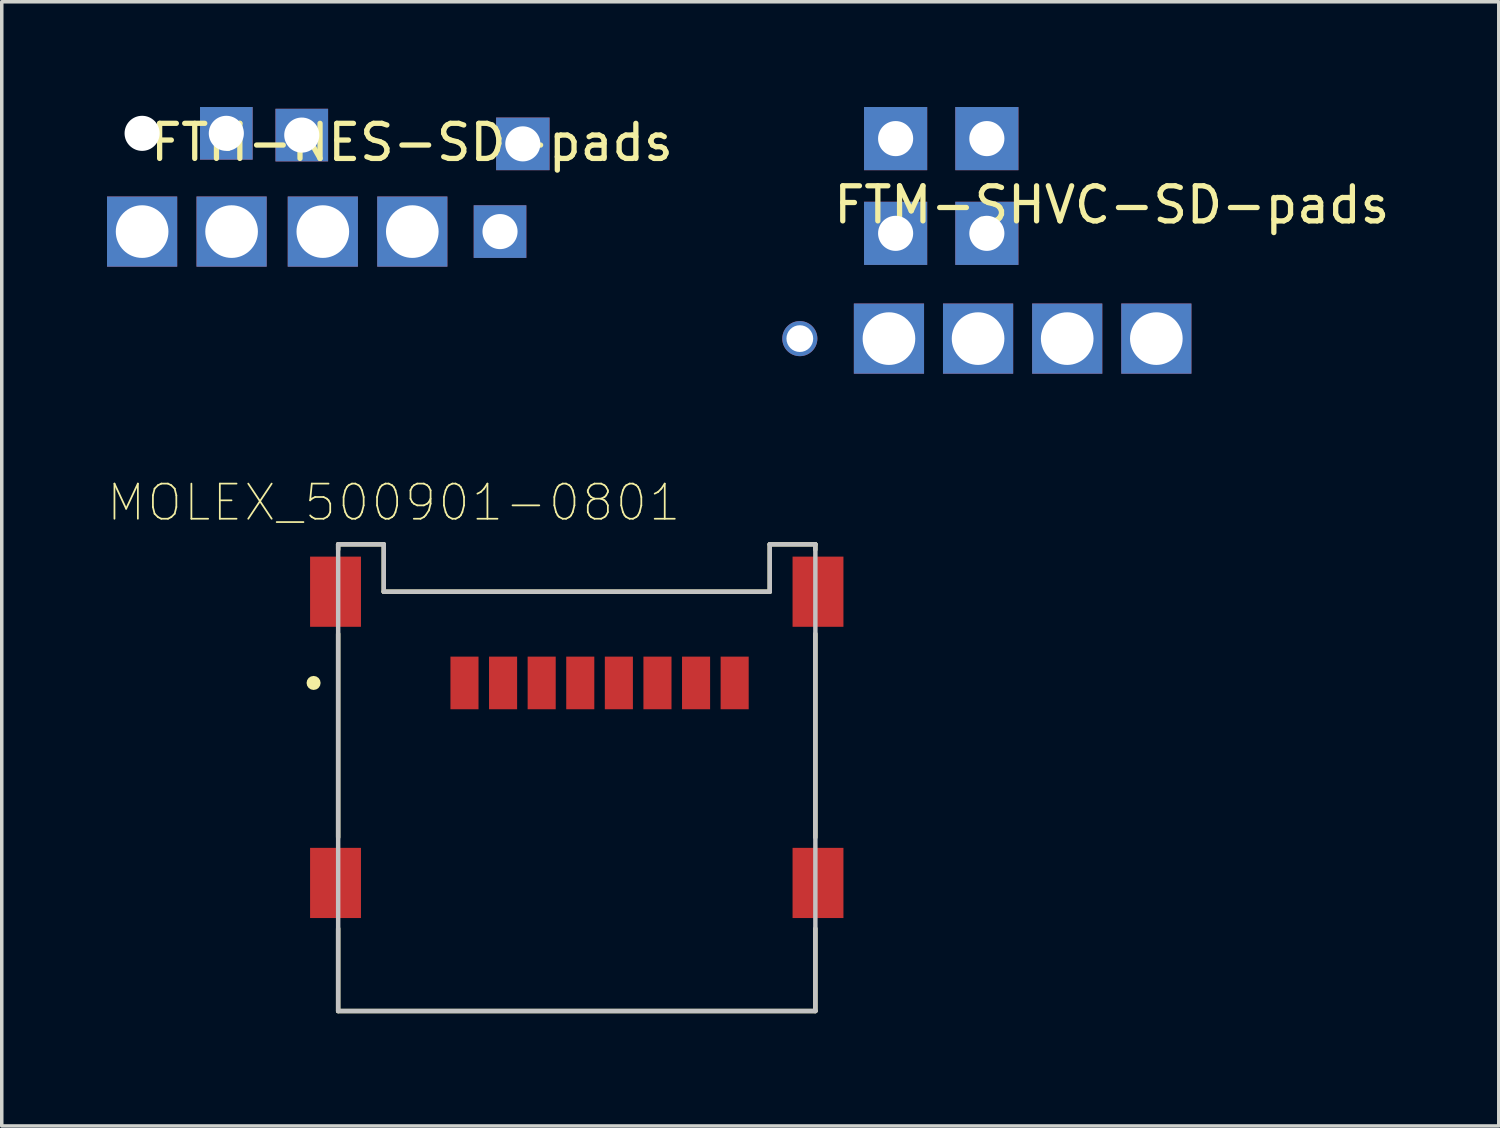
<source format=kicad_pcb>
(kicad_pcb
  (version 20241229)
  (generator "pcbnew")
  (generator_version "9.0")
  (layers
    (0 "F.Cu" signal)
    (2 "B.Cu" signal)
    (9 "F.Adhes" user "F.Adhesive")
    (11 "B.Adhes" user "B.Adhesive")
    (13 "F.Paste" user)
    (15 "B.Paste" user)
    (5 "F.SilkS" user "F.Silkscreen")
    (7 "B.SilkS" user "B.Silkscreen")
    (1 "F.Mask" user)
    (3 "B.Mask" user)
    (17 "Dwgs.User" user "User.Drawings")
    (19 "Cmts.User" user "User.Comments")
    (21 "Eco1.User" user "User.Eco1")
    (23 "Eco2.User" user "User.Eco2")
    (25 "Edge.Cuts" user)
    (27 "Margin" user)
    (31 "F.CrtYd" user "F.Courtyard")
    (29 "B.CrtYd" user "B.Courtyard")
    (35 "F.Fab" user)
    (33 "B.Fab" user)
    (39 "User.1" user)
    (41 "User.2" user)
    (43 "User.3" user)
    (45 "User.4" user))
  (footprint "MOLEX_500901-0801"
    (layer "F.Cu")
    (at 13.387 16.413)
    (property "Reference" "MOLEX_500901-0801" (at -5.215 -5.14 0) (layer "F.SilkS") (effects (font (size 1.001 1.001) (thickness 0.05))))
    (attr smd)
    (fp_line (start -6.8 -3.95) (end -5.5 -3.95) (stroke (width 0.127) (type solid)) (layer "F.SilkS"))
    (fp_line (start -6.8 -3.8) (end -6.8 -3.95) (stroke (width 0.127) (type solid)) (layer "F.SilkS"))
    (fp_line (start -6.8 -1.4) (end -6.8 4.4) (stroke (width 0.127) (type solid)) (layer "F.SilkS"))
    (fp_line (start -6.8 7) (end -6.8 9.35) (stroke (width 0.127) (type solid)) (layer "F.SilkS"))
    (fp_line (start -6.8 9.35) (end 6.8 9.35) (stroke (width 0.127) (type solid)) (layer "F.SilkS"))
    (fp_line (start -5.5 -3.95) (end -5.5 -2.6) (stroke (width 0.127) (type solid)) (layer "F.SilkS"))
    (fp_line (start -5.5 -2.6) (end 5.5 -2.6) (stroke (width 0.127) (type solid)) (layer "F.SilkS"))
    (fp_line (start 5.5 -3.95) (end 6.8 -3.95) (stroke (width 0.127) (type solid)) (layer "F.SilkS"))
    (fp_line (start 5.5 -2.6) (end 5.5 -3.95) (stroke (width 0.127) (type solid)) (layer "F.SilkS"))
    (fp_line (start 6.8 -3.95) (end 6.8 -3.8) (stroke (width 0.127) (type solid)) (layer "F.SilkS"))
    (fp_line (start 6.8 4.4) (end 6.8 -1.4) (stroke (width 0.127) (type solid)) (layer "F.SilkS"))
    (fp_line (start 6.8 9.35) (end 6.8 7) (stroke (width 0.127) (type solid)) (layer "F.SilkS"))
    (fp_circle (center -7.5 0) (end -7.4 0) (stroke (width 0.2) (type solid)) (fill no) (layer "F.SilkS"))
    (fp_line (start -6.8 -3.95) (end -5.5 -3.95) (stroke (width 0.127) (type solid)) (layer "Dwgs.User"))
    (fp_line (start -6.8 9.35) (end -6.8 -3.95) (stroke (width 0.127) (type solid)) (layer "Dwgs.User"))
    (fp_line (start -5.5 -3.95) (end -5.5 -2.6) (stroke (width 0.127) (type solid)) (layer "Dwgs.User"))
    (fp_line (start -5.5 -2.6) (end 5.5 -2.6) (stroke (width 0.127) (type solid)) (layer "Dwgs.User"))
    (fp_line (start 5.5 -3.95) (end 6.8 -3.95) (stroke (width 0.127) (type solid)) (layer "Dwgs.User"))
    (fp_line (start 5.5 -2.6) (end 5.5 -3.95) (stroke (width 0.127) (type solid)) (layer "Dwgs.User"))
    (fp_line (start 6.8 -3.95) (end 6.8 9.35) (stroke (width 0.127) (type solid)) (layer "Dwgs.User"))
    (fp_line (start 6.8 9.35) (end -6.8 9.35) (stroke (width 0.127) (type solid)) (layer "Dwgs.User"))
    (fp_line (start -7.85 -3.85) (end -7.05 -3.85) (stroke (width 0.05) (type solid)) (layer "Eco1.User"))
    (fp_line (start -7.85 -1.35) (end -7.85 -3.85) (stroke (width 0.05) (type solid)) (layer "Eco1.User"))
    (fp_line (start -7.85 4.45) (end -7.05 4.45) (stroke (width 0.05) (type solid)) (layer "Eco1.User"))
    (fp_line (start -7.85 6.95) (end -7.85 4.45) (stroke (width 0.05) (type solid)) (layer "Eco1.User"))
    (fp_line (start -7.05 -4.25) (end -5.25 -4.25) (stroke (width 0.05) (type solid)) (layer "Eco1.User"))
    (fp_line (start -7.05 -3.85) (end -7.05 -4.25) (stroke (width 0.05) (type solid)) (layer "Eco1.User"))
    (fp_line (start -7.05 -1.35) (end -7.85 -1.35) (stroke (width 0.05) (type solid)) (layer "Eco1.User"))
    (fp_line (start -7.05 4.45) (end -7.05 -1.35) (stroke (width 0.05) (type solid)) (layer "Eco1.User"))
    (fp_line (start -7.05 6.95) (end -7.85 6.95) (stroke (width 0.05) (type solid)) (layer "Eco1.User"))
    (fp_line (start -7.05 9.6) (end -7.05 6.95) (stroke (width 0.05) (type solid)) (layer "Eco1.User"))
    (fp_line (start -5.25 -4.25) (end -5.25 -2.85) (stroke (width 0.05) (type solid)) (layer "Eco1.User"))
    (fp_line (start -5.25 -2.85) (end 5.25 -2.85) (stroke (width 0.05) (type solid)) (layer "Eco1.User"))
    (fp_line (start 5.25 -4.25) (end 7.05 -4.25) (stroke (width 0.05) (type solid)) (layer "Eco1.User"))
    (fp_line (start 5.25 -2.85) (end 5.25 -4.25) (stroke (width 0.05) (type solid)) (layer "Eco1.User"))
    (fp_line (start 7.05 -4.25) (end 7.05 -3.85) (stroke (width 0.05) (type solid)) (layer "Eco1.User"))
    (fp_line (start 7.05 -3.85) (end 7.85 -3.85) (stroke (width 0.05) (type solid)) (layer "Eco1.User"))
    (fp_line (start 7.05 -1.35) (end 7.05 4.45) (stroke (width 0.05) (type solid)) (layer "Eco1.User"))
    (fp_line (start 7.05 4.45) (end 7.85 4.45) (stroke (width 0.05) (type solid)) (layer "Eco1.User"))
    (fp_line (start 7.05 6.95) (end 7.05 9.6) (stroke (width 0.05) (type solid)) (layer "Eco1.User"))
    (fp_line (start 7.05 9.6) (end -7.05 9.6) (stroke (width 0.05) (type solid)) (layer "Eco1.User"))
    (fp_line (start 7.85 -3.85) (end 7.85 -1.35) (stroke (width 0.05) (type solid)) (layer "Eco1.User"))
    (fp_line (start 7.85 -1.35) (end 7.05 -1.35) (stroke (width 0.05) (type solid)) (layer "Eco1.User"))
    (fp_line (start 7.85 4.45) (end 7.85 6.95) (stroke (width 0.05) (type solid)) (layer "Eco1.User"))
    (fp_line (start 7.85 6.95) (end 7.05 6.95) (stroke (width 0.05) (type solid)) (layer "Eco1.User"))
    (pad "1" smd rect (at -3.2 0 90) (size 1.5 0.8) (layers "F.Cu" "F.Mask" "F.Paste"))
    (pad "2" smd rect (at -2.1 0 90) (size 1.5 0.8) (layers "F.Cu" "F.Mask" "F.Paste"))
    (pad "3" smd rect (at -1 0 90) (size 1.5 0.8) (layers "F.Cu" "F.Mask" "F.Paste"))
    (pad "4" smd rect (at 0.1 0 90) (size 1.5 0.8) (layers "F.Cu" "F.Mask" "F.Paste"))
    (pad "5" smd rect (at 1.2 0 90) (size 1.5 0.8) (layers "F.Cu" "F.Mask" "F.Paste"))
    (pad "6" smd rect (at 2.3 0 90) (size 1.5 0.8) (layers "F.Cu" "F.Mask" "F.Paste"))
    (pad "7" smd rect (at 3.4 0 90) (size 1.5 0.8) (layers "F.Cu" "F.Mask" "F.Paste"))
    (pad "8" smd rect (at 4.5 0 90) (size 1.5 0.8) (layers "F.Cu" "F.Mask" "F.Paste"))
    (pad "SH1" smd rect (at -6.875 -2.6 90) (size 2 1.45) (layers "F.Cu" "F.Mask" "F.Paste"))
    (pad "SH2" smd rect (at 6.875 -2.6 90) (size 2 1.45) (layers "F.Cu" "F.Mask" "F.Paste"))
    (pad "SH3" smd rect (at -6.875 5.7 90) (size 2 1.45) (layers "F.Cu" "F.Mask" "F.Paste"))
    (pad "SH4" smd rect (at 6.875 5.7 90) (size 2 1.45) (layers "F.Cu" "F.Mask" "F.Paste")))
  (footprint "FTM-SHVC-SD-pads"
    (layer "F.Cu")
    (at 24.824 6.6)
    (property "Reference" "FTM-SHVC-SD-pads" (at 3.81 -3.81 0) (layer "F.SilkS") (effects (font (size 1 1) (thickness 0.15))))
    (attr through_hole)
    (pad "" np_thru_hole circle (at -5.08 0) (size 1 1) (drill 0.762) (layers "*.Cu" "*.Mask"))
    (pad "1" thru_hole rect (at -2.35 -5.7) (size 1.8 1.8) (drill 1) (layers "*.Cu" "*.Mask"))
    (pad "2" thru_hole rect (at 0 0) (size 2 2) (drill 1.5) (layers "*.Cu" "*.Mask"))
    (pad "3" thru_hole rect (at 0.25 -5.7) (size 1.8 1.8) (drill 1) (layers "*.Cu" "*.Mask"))
    (pad "4" thru_hole rect (at -2.54 0) (size 2 2) (drill 1.5) (layers "*.Cu" "*.Mask"))
    (pad "5" thru_hole rect (at 2.54 0) (size 2 2) (drill 1.5) (layers "*.Cu" "*.Mask"))
    (pad "6" thru_hole rect (at 5.08 0) (size 2 2) (drill 1.5) (layers "*.Cu" "*.Mask"))
    (pad "7" thru_hole rect (at -2.35 -3) (size 1.8 1.8) (drill 1) (layers "*.Cu" "*.Mask"))
    (pad "8" thru_hole rect (at 0.25 -3) (size 1.8 1.8) (drill 1) (layers "*.Cu" "*.Mask")))
  (footprint "FTM-NES-SD-pads"
    (layer "F.Cu")
    (at 6.15 3.55)
    (property "Reference" "FTM-NES-SD-pads" (at 2.54 -2.54 0) (layer "F.SilkS") (effects (font (size 1 1) (thickness 0.15))))
    (attr through_hole)
    (pad "" np_thru_hole circle (at -5.15 -2.8) (size 1 1) (drill 1) (layers "*.Cu" "*.Mask"))
    (pad "1" thru_hole rect (at 5.7 -2.5 270) (size 1.5 1.524) (drill 1) (layers "*.Cu" "*.Mask"))
    (pad "2" thru_hole rect (at 0 0) (size 2 2) (drill 1.5) (layers "*.Cu" "*.Mask"))
    (pad "3" thru_hole rect (at 5.05 0) (size 1.5 1.5) (drill 1) (layers "*.Cu" "*.Mask"))
    (pad "4" thru_hole rect (at 2.55 0) (size 2 2) (drill 1.5) (layers "*.Cu" "*.Mask"))
    (pad "5" thru_hole rect (at -2.6 0) (size 2 2) (drill 1.5) (layers "*.Cu" "*.Mask"))
    (pad "6" thru_hole rect (at -5.15 0) (size 2 2) (drill 1.5) (layers "*.Cu" "*.Mask"))
    (pad "7" thru_hole rect (at -0.6 -2.75) (size 1.5 1.5) (drill 1) (layers "*.Cu" "*.Mask"))
    (pad "8" thru_hole rect (at -2.75 -2.8) (size 1.5 1.5) (drill 1) (layers "*.Cu" "*.Mask")))
  (gr_rect
    (start -3 -3)
    (end 39.663 29.038)
    (stroke (width 0.1) (type default))
    (fill no)
    (layer "Edge.Cuts")))
</source>
